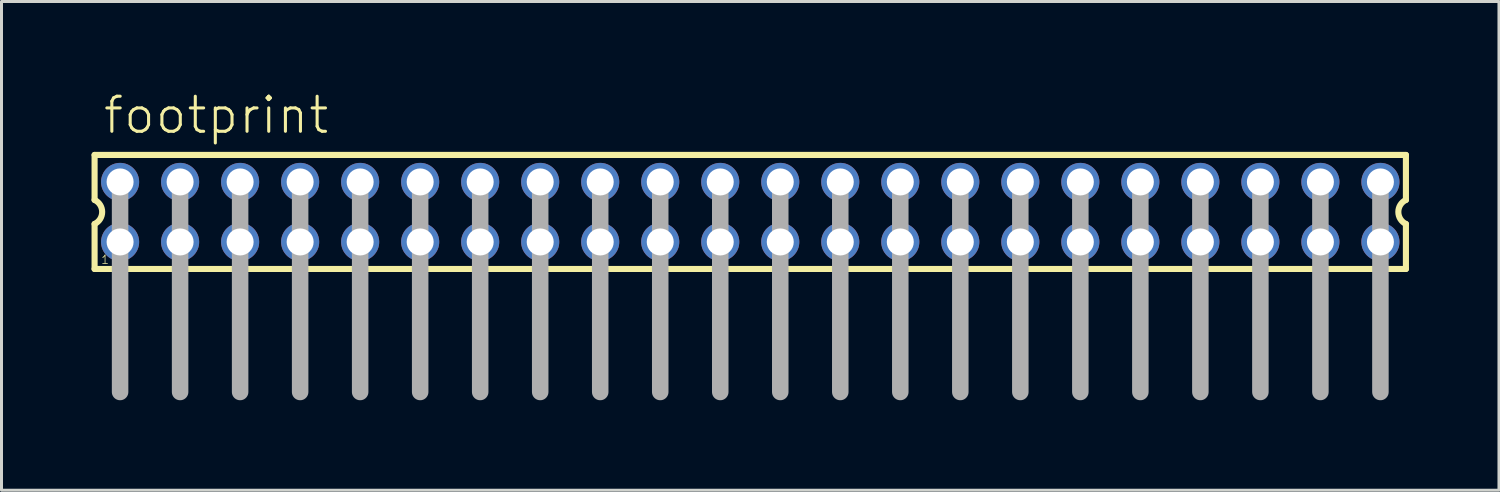
<source format=kicad_pcb>
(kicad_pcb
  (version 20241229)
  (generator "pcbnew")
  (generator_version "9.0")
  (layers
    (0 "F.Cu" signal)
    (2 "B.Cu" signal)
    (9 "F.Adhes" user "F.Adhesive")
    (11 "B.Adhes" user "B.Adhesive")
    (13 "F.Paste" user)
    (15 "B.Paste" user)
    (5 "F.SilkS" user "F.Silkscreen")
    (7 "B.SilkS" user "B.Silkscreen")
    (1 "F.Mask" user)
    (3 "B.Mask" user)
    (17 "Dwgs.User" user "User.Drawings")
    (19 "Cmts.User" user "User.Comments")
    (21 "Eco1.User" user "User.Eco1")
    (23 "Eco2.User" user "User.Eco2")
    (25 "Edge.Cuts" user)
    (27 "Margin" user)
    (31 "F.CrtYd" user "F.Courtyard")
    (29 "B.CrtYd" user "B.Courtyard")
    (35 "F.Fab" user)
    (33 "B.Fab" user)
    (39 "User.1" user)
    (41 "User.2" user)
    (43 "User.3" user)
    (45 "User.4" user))
  (footprint "footprint"
    (layer "F.Cu")
    (at 21.952 4.013)
    (property "Reference" "footprint" (at -21.62 -2.54 0) (layer "F.SilkS") (effects (font (size 1.168 1.168) (thickness 0.102)) (justify left bottom)))
    (fp_line (start -21.85 -1.9) (end -21.85 -0.4) (stroke (width 0.203) (type solid)) (layer "F.SilkS"))
    (fp_line (start -21.85 0.4) (end -21.85 1.9) (stroke (width 0.203) (type solid)) (layer "F.SilkS"))
    (fp_line (start -21.85 1.9) (end 21.85 1.9) (stroke (width 0.203) (type solid)) (layer "F.SilkS"))
    (fp_line (start 21.85 -1.9) (end -21.85 -1.9) (stroke (width 0.203) (type solid)) (layer "F.SilkS"))
    (fp_line (start 21.85 -0.4) (end 21.85 -1.9) (stroke (width 0.203) (type solid)) (layer "F.SilkS"))
    (fp_line (start 21.85 1.9) (end 21.85 0.4) (stroke (width 0.203) (type solid)) (layer "F.SilkS"))
    (fp_arc (start -21.85 -0.4) (mid -21.597167 0) (end -21.85 0.4) (stroke (width 0.2032) (type solid)) (layer "F.SilkS"))
    (fp_arc (start 21.85 0.4) (mid 21.597167 0) (end 21.85 -0.4) (stroke (width 0.2032) (type solid)) (layer "F.SilkS"))
    (fp_line (start -21 -1) (end -21 6) (stroke (width 0.55) (type solid)) (layer "F.Fab"))
    (fp_line (start -19 -1) (end -19 6) (stroke (width 0.55) (type solid)) (layer "F.Fab"))
    (fp_line (start -17 -1) (end -17 6) (stroke (width 0.55) (type solid)) (layer "F.Fab"))
    (fp_line (start -15 -1) (end -15 6) (stroke (width 0.55) (type solid)) (layer "F.Fab"))
    (fp_line (start -13 -1) (end -13 6) (stroke (width 0.55) (type solid)) (layer "F.Fab"))
    (fp_line (start -11 -1) (end -11 6) (stroke (width 0.55) (type solid)) (layer "F.Fab"))
    (fp_line (start -9 -1) (end -9 6) (stroke (width 0.55) (type solid)) (layer "F.Fab"))
    (fp_line (start -7 -1) (end -7 6) (stroke (width 0.55) (type solid)) (layer "F.Fab"))
    (fp_line (start -5 -1) (end -5 6) (stroke (width 0.55) (type solid)) (layer "F.Fab"))
    (fp_line (start -3 -1) (end -3 6) (stroke (width 0.55) (type solid)) (layer "F.Fab"))
    (fp_line (start -1 -1) (end -1 6) (stroke (width 0.55) (type solid)) (layer "F.Fab"))
    (fp_line (start 1 -1) (end 1 6) (stroke (width 0.55) (type solid)) (layer "F.Fab"))
    (fp_line (start 3 -1) (end 3 6) (stroke (width 0.55) (type solid)) (layer "F.Fab"))
    (fp_line (start 5 -1) (end 5 6) (stroke (width 0.55) (type solid)) (layer "F.Fab"))
    (fp_line (start 7 -1) (end 7 6) (stroke (width 0.55) (type solid)) (layer "F.Fab"))
    (fp_line (start 9 -1) (end 9 6) (stroke (width 0.55) (type solid)) (layer "F.Fab"))
    (fp_line (start 11 -1) (end 11 6) (stroke (width 0.55) (type solid)) (layer "F.Fab"))
    (fp_line (start 13 -1) (end 13 6) (stroke (width 0.55) (type solid)) (layer "F.Fab"))
    (fp_line (start 15 -1) (end 15 6) (stroke (width 0.55) (type solid)) (layer "F.Fab"))
    (fp_line (start 17 -1) (end 17 6) (stroke (width 0.55) (type solid)) (layer "F.Fab"))
    (fp_line (start 19 -1) (end 19 6) (stroke (width 0.55) (type solid)) (layer "F.Fab"))
    (fp_line (start 21 -1) (end 21 6) (stroke (width 0.55) (type solid)) (layer "F.Fab"))
    (fp_poly (pts (xy -21.25 -0.75) (xy -20.75 -0.75) (xy -20.75 -1.25) (xy -21.25 -1.25)) (stroke (width 0.1) (type solid)) (fill no) (layer "F.Fab"))
    (fp_poly (pts (xy -21.25 1.25) (xy -20.75 1.25) (xy -20.75 0.75) (xy -21.25 0.75)) (stroke (width 0.1) (type solid)) (fill no) (layer "F.Fab"))
    (fp_poly (pts (xy -19.25 -0.75) (xy -18.75 -0.75) (xy -18.75 -1.25) (xy -19.25 -1.25)) (stroke (width 0.1) (type solid)) (fill no) (layer "F.Fab"))
    (fp_poly (pts (xy -19.25 1.25) (xy -18.75 1.25) (xy -18.75 0.75) (xy -19.25 0.75)) (stroke (width 0.1) (type solid)) (fill no) (layer "F.Fab"))
    (fp_poly (pts (xy -17.25 -0.75) (xy -16.75 -0.75) (xy -16.75 -1.25) (xy -17.25 -1.25)) (stroke (width 0.1) (type solid)) (fill no) (layer "F.Fab"))
    (fp_poly (pts (xy -17.25 1.25) (xy -16.75 1.25) (xy -16.75 0.75) (xy -17.25 0.75)) (stroke (width 0.1) (type solid)) (fill no) (layer "F.Fab"))
    (fp_poly (pts (xy -15.25 -0.75) (xy -14.75 -0.75) (xy -14.75 -1.25) (xy -15.25 -1.25)) (stroke (width 0.1) (type solid)) (fill no) (layer "F.Fab"))
    (fp_poly (pts (xy -15.25 1.25) (xy -14.75 1.25) (xy -14.75 0.75) (xy -15.25 0.75)) (stroke (width 0.1) (type solid)) (fill no) (layer "F.Fab"))
    (fp_poly (pts (xy -13.25 -0.75) (xy -12.75 -0.75) (xy -12.75 -1.25) (xy -13.25 -1.25)) (stroke (width 0.1) (type solid)) (fill no) (layer "F.Fab"))
    (fp_poly (pts (xy -13.25 1.25) (xy -12.75 1.25) (xy -12.75 0.75) (xy -13.25 0.75)) (stroke (width 0.1) (type solid)) (fill no) (layer "F.Fab"))
    (fp_poly (pts (xy -11.25 -0.75) (xy -10.75 -0.75) (xy -10.75 -1.25) (xy -11.25 -1.25)) (stroke (width 0.1) (type solid)) (fill no) (layer "F.Fab"))
    (fp_poly (pts (xy -11.25 1.25) (xy -10.75 1.25) (xy -10.75 0.75) (xy -11.25 0.75)) (stroke (width 0.1) (type solid)) (fill no) (layer "F.Fab"))
    (fp_poly (pts (xy -9.25 -0.75) (xy -8.75 -0.75) (xy -8.75 -1.25) (xy -9.25 -1.25)) (stroke (width 0.1) (type solid)) (fill no) (layer "F.Fab"))
    (fp_poly (pts (xy -9.25 1.25) (xy -8.75 1.25) (xy -8.75 0.75) (xy -9.25 0.75)) (stroke (width 0.1) (type solid)) (fill no) (layer "F.Fab"))
    (fp_poly (pts (xy -7.25 -0.75) (xy -6.75 -0.75) (xy -6.75 -1.25) (xy -7.25 -1.25)) (stroke (width 0.1) (type solid)) (fill no) (layer "F.Fab"))
    (fp_poly (pts (xy -7.25 1.25) (xy -6.75 1.25) (xy -6.75 0.75) (xy -7.25 0.75)) (stroke (width 0.1) (type solid)) (fill no) (layer "F.Fab"))
    (fp_poly (pts (xy -5.25 -0.75) (xy -4.75 -0.75) (xy -4.75 -1.25) (xy -5.25 -1.25)) (stroke (width 0.1) (type solid)) (fill no) (layer "F.Fab"))
    (fp_poly (pts (xy -5.25 1.25) (xy -4.75 1.25) (xy -4.75 0.75) (xy -5.25 0.75)) (stroke (width 0.1) (type solid)) (fill no) (layer "F.Fab"))
    (fp_poly (pts (xy -3.25 -0.75) (xy -2.75 -0.75) (xy -2.75 -1.25) (xy -3.25 -1.25)) (stroke (width 0.1) (type solid)) (fill no) (layer "F.Fab"))
    (fp_poly (pts (xy -3.25 1.25) (xy -2.75 1.25) (xy -2.75 0.75) (xy -3.25 0.75)) (stroke (width 0.1) (type solid)) (fill no) (layer "F.Fab"))
    (fp_poly (pts (xy -1.25 -0.75) (xy -0.75 -0.75) (xy -0.75 -1.25) (xy -1.25 -1.25)) (stroke (width 0.1) (type solid)) (fill no) (layer "F.Fab"))
    (fp_poly (pts (xy -1.25 1.25) (xy -0.75 1.25) (xy -0.75 0.75) (xy -1.25 0.75)) (stroke (width 0.1) (type solid)) (fill no) (layer "F.Fab"))
    (fp_poly (pts (xy 0.75 -0.75) (xy 1.25 -0.75) (xy 1.25 -1.25) (xy 0.75 -1.25)) (stroke (width 0.1) (type solid)) (fill no) (layer "F.Fab"))
    (fp_poly (pts (xy 0.75 1.25) (xy 1.25 1.25) (xy 1.25 0.75) (xy 0.75 0.75)) (stroke (width 0.1) (type solid)) (fill no) (layer "F.Fab"))
    (fp_poly (pts (xy 2.75 -0.75) (xy 3.25 -0.75) (xy 3.25 -1.25) (xy 2.75 -1.25)) (stroke (width 0.1) (type solid)) (fill no) (layer "F.Fab"))
    (fp_poly (pts (xy 2.75 1.25) (xy 3.25 1.25) (xy 3.25 0.75) (xy 2.75 0.75)) (stroke (width 0.1) (type solid)) (fill no) (layer "F.Fab"))
    (fp_poly (pts (xy 4.75 -0.75) (xy 5.25 -0.75) (xy 5.25 -1.25) (xy 4.75 -1.25)) (stroke (width 0.1) (type solid)) (fill no) (layer "F.Fab"))
    (fp_poly (pts (xy 4.75 1.25) (xy 5.25 1.25) (xy 5.25 0.75) (xy 4.75 0.75)) (stroke (width 0.1) (type solid)) (fill no) (layer "F.Fab"))
    (fp_poly (pts (xy 6.75 -0.75) (xy 7.25 -0.75) (xy 7.25 -1.25) (xy 6.75 -1.25)) (stroke (width 0.1) (type solid)) (fill no) (layer "F.Fab"))
    (fp_poly (pts (xy 6.75 1.25) (xy 7.25 1.25) (xy 7.25 0.75) (xy 6.75 0.75)) (stroke (width 0.1) (type solid)) (fill no) (layer "F.Fab"))
    (fp_poly (pts (xy 8.75 -0.75) (xy 9.25 -0.75) (xy 9.25 -1.25) (xy 8.75 -1.25)) (stroke (width 0.1) (type solid)) (fill no) (layer "F.Fab"))
    (fp_poly (pts (xy 8.75 1.25) (xy 9.25 1.25) (xy 9.25 0.75) (xy 8.75 0.75)) (stroke (width 0.1) (type solid)) (fill no) (layer "F.Fab"))
    (fp_poly (pts (xy 10.75 -0.75) (xy 11.25 -0.75) (xy 11.25 -1.25) (xy 10.75 -1.25)) (stroke (width 0.1) (type solid)) (fill no) (layer "F.Fab"))
    (fp_poly (pts (xy 10.75 1.25) (xy 11.25 1.25) (xy 11.25 0.75) (xy 10.75 0.75)) (stroke (width 0.1) (type solid)) (fill no) (layer "F.Fab"))
    (fp_poly (pts (xy 12.75 -0.75) (xy 13.25 -0.75) (xy 13.25 -1.25) (xy 12.75 -1.25)) (stroke (width 0.1) (type solid)) (fill no) (layer "F.Fab"))
    (fp_poly (pts (xy 12.75 1.25) (xy 13.25 1.25) (xy 13.25 0.75) (xy 12.75 0.75)) (stroke (width 0.1) (type solid)) (fill no) (layer "F.Fab"))
    (fp_poly (pts (xy 14.75 -0.75) (xy 15.25 -0.75) (xy 15.25 -1.25) (xy 14.75 -1.25)) (stroke (width 0.1) (type solid)) (fill no) (layer "F.Fab"))
    (fp_poly (pts (xy 14.75 1.25) (xy 15.25 1.25) (xy 15.25 0.75) (xy 14.75 0.75)) (stroke (width 0.1) (type solid)) (fill no) (layer "F.Fab"))
    (fp_poly (pts (xy 16.75 -0.75) (xy 17.25 -0.75) (xy 17.25 -1.25) (xy 16.75 -1.25)) (stroke (width 0.1) (type solid)) (fill no) (layer "F.Fab"))
    (fp_poly (pts (xy 16.75 1.25) (xy 17.25 1.25) (xy 17.25 0.75) (xy 16.75 0.75)) (stroke (width 0.1) (type solid)) (fill no) (layer "F.Fab"))
    (fp_poly (pts (xy 18.75 -0.75) (xy 19.25 -0.75) (xy 19.25 -1.25) (xy 18.75 -1.25)) (stroke (width 0.1) (type solid)) (fill no) (layer "F.Fab"))
    (fp_poly (pts (xy 18.75 1.25) (xy 19.25 1.25) (xy 19.25 0.75) (xy 18.75 0.75)) (stroke (width 0.1) (type solid)) (fill no) (layer "F.Fab"))
    (fp_poly (pts (xy 20.75 -0.75) (xy 21.25 -0.75) (xy 21.25 -1.25) (xy 20.75 -1.25)) (stroke (width 0.1) (type solid)) (fill no) (layer "F.Fab"))
    (fp_poly (pts (xy 20.75 1.25) (xy 21.25 1.25) (xy 21.25 0.75) (xy 20.75 0.75)) (stroke (width 0.1) (type solid)) (fill no) (layer "F.Fab"))
    (fp_text user "1" (at -21.65 1.75 0) (layer "F.SilkS") (effects (font (size 0.28 0.28) (thickness 0.024)) (justify left bottom)))
    (pad "1" thru_hole circle (at -21 1) (size 1.27 1.27) (drill 0.9) (layers "*.Cu" "*.Mask"))
    (pad "2" thru_hole circle (at -21 -1) (size 1.27 1.27) (drill 0.9) (layers "*.Cu" "*.Mask"))
    (pad "3" thru_hole circle (at -19 1) (size 1.27 1.27) (drill 0.9) (layers "*.Cu" "*.Mask"))
    (pad "4" thru_hole circle (at -19 -1) (size 1.27 1.27) (drill 0.9) (layers "*.Cu" "*.Mask"))
    (pad "5" thru_hole circle (at -17 1) (size 1.27 1.27) (drill 0.9) (layers "*.Cu" "*.Mask"))
    (pad "6" thru_hole circle (at -17 -1) (size 1.27 1.27) (drill 0.9) (layers "*.Cu" "*.Mask"))
    (pad "7" thru_hole circle (at -15 1) (size 1.27 1.27) (drill 0.9) (layers "*.Cu" "*.Mask"))
    (pad "8" thru_hole circle (at -15 -1) (size 1.27 1.27) (drill 0.9) (layers "*.Cu" "*.Mask"))
    (pad "9" thru_hole circle (at -13 1) (size 1.27 1.27) (drill 0.9) (layers "*.Cu" "*.Mask"))
    (pad "10" thru_hole circle (at -13 -1) (size 1.27 1.27) (drill 0.9) (layers "*.Cu" "*.Mask"))
    (pad "11" thru_hole circle (at -11 1) (size 1.27 1.27) (drill 0.9) (layers "*.Cu" "*.Mask"))
    (pad "12" thru_hole circle (at -11 -1) (size 1.27 1.27) (drill 0.9) (layers "*.Cu" "*.Mask"))
    (pad "13" thru_hole circle (at -9 1) (size 1.27 1.27) (drill 0.9) (layers "*.Cu" "*.Mask"))
    (pad "14" thru_hole circle (at -9 -1) (size 1.27 1.27) (drill 0.9) (layers "*.Cu" "*.Mask"))
    (pad "15" thru_hole circle (at -7 1) (size 1.27 1.27) (drill 0.9) (layers "*.Cu" "*.Mask"))
    (pad "16" thru_hole circle (at -7 -1) (size 1.27 1.27) (drill 0.9) (layers "*.Cu" "*.Mask"))
    (pad "17" thru_hole circle (at -5 1) (size 1.27 1.27) (drill 0.9) (layers "*.Cu" "*.Mask"))
    (pad "18" thru_hole circle (at -5 -1) (size 1.27 1.27) (drill 0.9) (layers "*.Cu" "*.Mask"))
    (pad "19" thru_hole circle (at -3 1) (size 1.27 1.27) (drill 0.9) (layers "*.Cu" "*.Mask"))
    (pad "20" thru_hole circle (at -3 -1) (size 1.27 1.27) (drill 0.9) (layers "*.Cu" "*.Mask"))
    (pad "21" thru_hole circle (at -1 1) (size 1.27 1.27) (drill 0.9) (layers "*.Cu" "*.Mask"))
    (pad "22" thru_hole circle (at -1 -1) (size 1.27 1.27) (drill 0.9) (layers "*.Cu" "*.Mask"))
    (pad "23" thru_hole circle (at 1 1) (size 1.27 1.27) (drill 0.9) (layers "*.Cu" "*.Mask"))
    (pad "24" thru_hole circle (at 1 -1) (size 1.27 1.27) (drill 0.9) (layers "*.Cu" "*.Mask"))
    (pad "25" thru_hole circle (at 3 1) (size 1.27 1.27) (drill 0.9) (layers "*.Cu" "*.Mask"))
    (pad "26" thru_hole circle (at 3 -1) (size 1.27 1.27) (drill 0.9) (layers "*.Cu" "*.Mask"))
    (pad "27" thru_hole circle (at 5 1) (size 1.27 1.27) (drill 0.9) (layers "*.Cu" "*.Mask"))
    (pad "28" thru_hole circle (at 5 -1) (size 1.27 1.27) (drill 0.9) (layers "*.Cu" "*.Mask"))
    (pad "29" thru_hole circle (at 7 1) (size 1.27 1.27) (drill 0.9) (layers "*.Cu" "*.Mask"))
    (pad "30" thru_hole circle (at 7 -1) (size 1.27 1.27) (drill 0.9) (layers "*.Cu" "*.Mask"))
    (pad "31" thru_hole circle (at 9 1) (size 1.27 1.27) (drill 0.9) (layers "*.Cu" "*.Mask"))
    (pad "32" thru_hole circle (at 9 -1) (size 1.27 1.27) (drill 0.9) (layers "*.Cu" "*.Mask"))
    (pad "33" thru_hole circle (at 11 1) (size 1.27 1.27) (drill 0.9) (layers "*.Cu" "*.Mask"))
    (pad "34" thru_hole circle (at 11 -1) (size 1.27 1.27) (drill 0.9) (layers "*.Cu" "*.Mask"))
    (pad "35" thru_hole circle (at 13 1) (size 1.27 1.27) (drill 0.9) (layers "*.Cu" "*.Mask"))
    (pad "36" thru_hole circle (at 13 -1) (size 1.27 1.27) (drill 0.9) (layers "*.Cu" "*.Mask"))
    (pad "37" thru_hole circle (at 15 1) (size 1.27 1.27) (drill 0.9) (layers "*.Cu" "*.Mask"))
    (pad "38" thru_hole circle (at 15 -1) (size 1.27 1.27) (drill 0.9) (layers "*.Cu" "*.Mask"))
    (pad "39" thru_hole circle (at 17 1) (size 1.27 1.27) (drill 0.9) (layers "*.Cu" "*.Mask"))
    (pad "40" thru_hole circle (at 17 -1) (size 1.27 1.27) (drill 0.9) (layers "*.Cu" "*.Mask"))
    (pad "41" thru_hole circle (at 19 1) (size 1.27 1.27) (drill 0.9) (layers "*.Cu" "*.Mask"))
    (pad "42" thru_hole circle (at 19 -1) (size 1.27 1.27) (drill 0.9) (layers "*.Cu" "*.Mask"))
    (pad "43" thru_hole circle (at 21 1) (size 1.27 1.27) (drill 0.9) (layers "*.Cu" "*.Mask"))
    (pad "44" thru_hole circle (at 21 -1) (size 1.27 1.27) (drill 0.9) (layers "*.Cu" "*.Mask")))
  (gr_rect
    (start -3 -3)
    (end 46.903 13.288)
    (stroke (width 0.1) (type default))
    (fill no)
    (layer "Edge.Cuts")))
</source>
